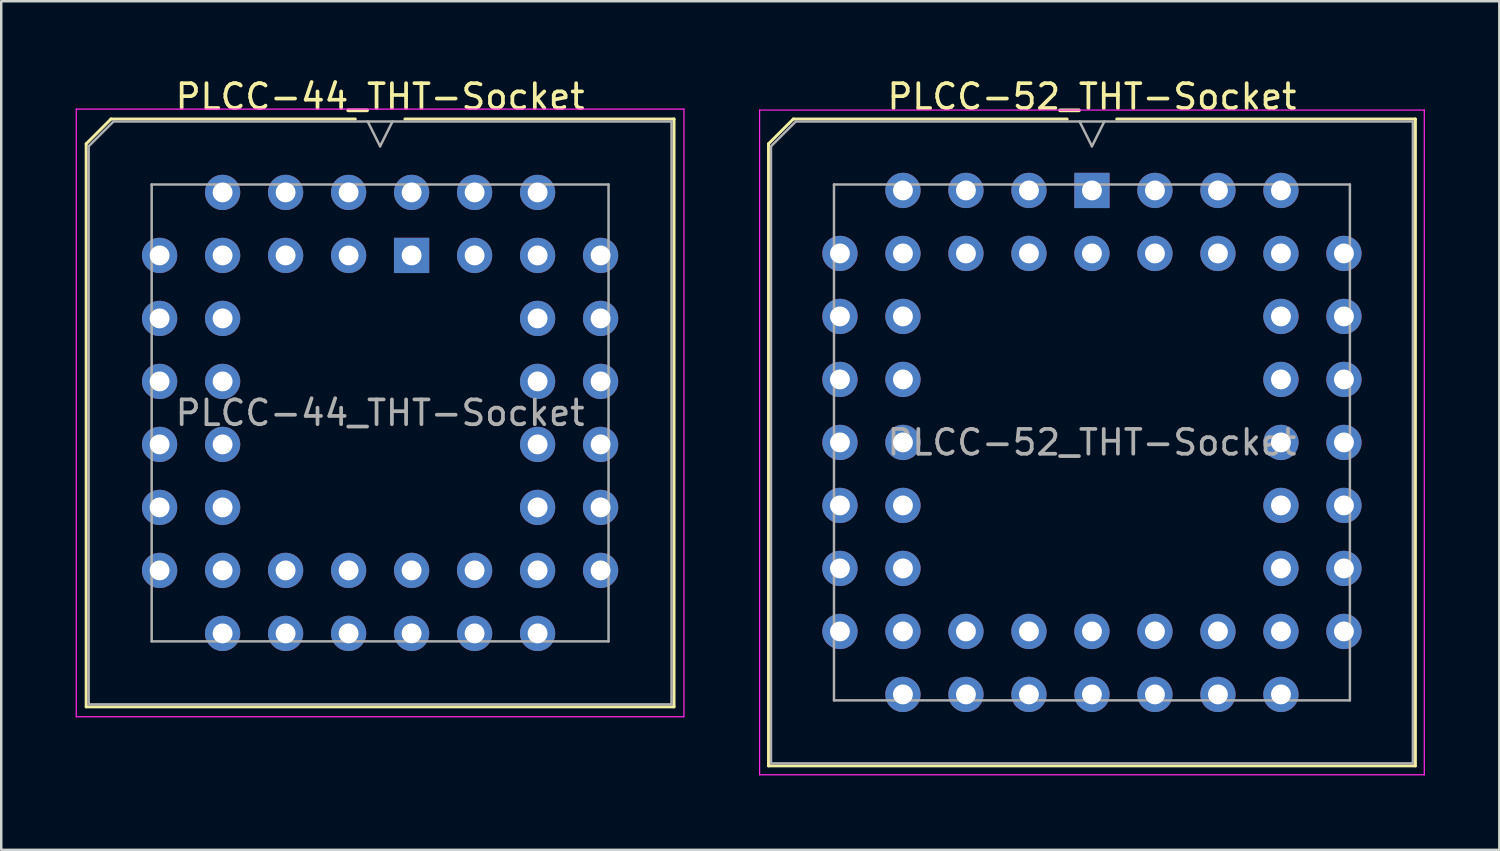
<source format=kicad_pcb>
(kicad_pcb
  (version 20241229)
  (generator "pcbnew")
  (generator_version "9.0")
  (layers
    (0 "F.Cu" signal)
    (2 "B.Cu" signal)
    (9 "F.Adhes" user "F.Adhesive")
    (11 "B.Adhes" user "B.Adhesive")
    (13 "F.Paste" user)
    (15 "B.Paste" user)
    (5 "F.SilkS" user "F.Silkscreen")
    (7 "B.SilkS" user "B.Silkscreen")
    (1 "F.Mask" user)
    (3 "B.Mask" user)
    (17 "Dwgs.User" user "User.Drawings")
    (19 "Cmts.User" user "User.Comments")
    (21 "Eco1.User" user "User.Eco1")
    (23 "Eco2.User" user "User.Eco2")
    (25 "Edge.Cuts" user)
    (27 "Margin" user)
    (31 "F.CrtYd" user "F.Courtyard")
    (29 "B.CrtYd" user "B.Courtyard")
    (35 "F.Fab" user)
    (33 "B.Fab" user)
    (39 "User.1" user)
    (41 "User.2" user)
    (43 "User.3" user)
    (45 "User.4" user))
  (footprint "PLCC-52_THT-Socket"
    (layer "F.Cu")
    (at 40.975 4.628)
    (property "Reference" "PLCC-52_THT-Socket" (at 0 -3.78 0) (layer "F.SilkS") (effects (font (size 1 1) (thickness 0.15))))
    (attr through_hole)
    (fp_line (start -13.04 -1.88) (end -13.04 23.2) (stroke (width 0.12) (type solid)) (layer "F.SilkS"))
    (fp_line (start -13.04 23.2) (end 13.04 23.2) (stroke (width 0.12) (type solid)) (layer "F.SilkS"))
    (fp_line (start -12.04 -2.88) (end -13.04 -1.88) (stroke (width 0.12) (type solid)) (layer "F.SilkS"))
    (fp_line (start -1 -2.88) (end -12.04 -2.88) (stroke (width 0.12) (type solid)) (layer "F.SilkS"))
    (fp_line (start 13.04 -2.88) (end 1 -2.88) (stroke (width 0.12) (type solid)) (layer "F.SilkS"))
    (fp_line (start 13.04 23.2) (end 13.04 -2.88) (stroke (width 0.12) (type solid)) (layer "F.SilkS"))
    (fp_line (start -13.4 -3.24) (end -13.4 23.56) (stroke (width 0.05) (type solid)) (layer "F.CrtYd"))
    (fp_line (start -13.4 23.56) (end 13.4 23.56) (stroke (width 0.05) (type solid)) (layer "F.CrtYd"))
    (fp_line (start 13.4 -3.24) (end -13.4 -3.24) (stroke (width 0.05) (type solid)) (layer "F.CrtYd"))
    (fp_line (start 13.4 23.56) (end 13.4 -3.24) (stroke (width 0.05) (type solid)) (layer "F.CrtYd"))
    (fp_line (start -12.94 -1.78) (end -12.94 23.1) (stroke (width 0.1) (type solid)) (layer "F.Fab"))
    (fp_line (start -12.94 23.1) (end 12.94 23.1) (stroke (width 0.1) (type solid)) (layer "F.Fab"))
    (fp_line (start -11.94 -2.78) (end -12.94 -1.78) (stroke (width 0.1) (type solid)) (layer "F.Fab"))
    (fp_line (start -10.4 -0.24) (end -10.4 20.56) (stroke (width 0.1) (type solid)) (layer "F.Fab"))
    (fp_line (start -10.4 20.56) (end 10.4 20.56) (stroke (width 0.1) (type solid)) (layer "F.Fab"))
    (fp_line (start -0.5 -2.78) (end 0 -1.78) (stroke (width 0.1) (type solid)) (layer "F.Fab"))
    (fp_line (start 0 -1.78) (end 0.5 -2.78) (stroke (width 0.1) (type solid)) (layer "F.Fab"))
    (fp_line (start 10.4 -0.24) (end -10.4 -0.24) (stroke (width 0.1) (type solid)) (layer "F.Fab"))
    (fp_line (start 10.4 20.56) (end 10.4 -0.24) (stroke (width 0.1) (type solid)) (layer "F.Fab"))
    (fp_line (start 12.94 -2.78) (end -11.94 -2.78) (stroke (width 0.1) (type solid)) (layer "F.Fab"))
    (fp_line (start 12.94 23.1) (end 12.94 -2.78) (stroke (width 0.1) (type solid)) (layer "F.Fab"))
    (fp_text user "${REFERENCE}" (at 0 10.16 0) (layer "F.Fab") (effects (font (size 1 1) (thickness 0.15))))
    (pad "1" thru_hole rect (at 0 0) (size 1.422 1.422) (drill 0.8) (layers "*.Cu" "*.Mask"))
    (pad "2" thru_hole circle (at 0 2.54) (size 1.422 1.422) (drill 0.8) (layers "*.Cu" "*.Mask"))
    (pad "3" thru_hole circle (at -2.54 0) (size 1.422 1.422) (drill 0.8) (layers "*.Cu" "*.Mask"))
    (pad "4" thru_hole circle (at -2.54 2.54) (size 1.422 1.422) (drill 0.8) (layers "*.Cu" "*.Mask"))
    (pad "5" thru_hole circle (at -5.08 0) (size 1.422 1.422) (drill 0.8) (layers "*.Cu" "*.Mask"))
    (pad "6" thru_hole circle (at -5.08 2.54) (size 1.422 1.422) (drill 0.8) (layers "*.Cu" "*.Mask"))
    (pad "7" thru_hole circle (at -7.62 0) (size 1.422 1.422) (drill 0.8) (layers "*.Cu" "*.Mask"))
    (pad "8" thru_hole circle (at -10.16 2.54) (size 1.422 1.422) (drill 0.8) (layers "*.Cu" "*.Mask"))
    (pad "9" thru_hole circle (at -7.62 2.54) (size 1.422 1.422) (drill 0.8) (layers "*.Cu" "*.Mask"))
    (pad "10" thru_hole circle (at -10.16 5.08) (size 1.422 1.422) (drill 0.8) (layers "*.Cu" "*.Mask"))
    (pad "11" thru_hole circle (at -7.62 5.08) (size 1.422 1.422) (drill 0.8) (layers "*.Cu" "*.Mask"))
    (pad "12" thru_hole circle (at -10.16 7.62) (size 1.422 1.422) (drill 0.8) (layers "*.Cu" "*.Mask"))
    (pad "13" thru_hole circle (at -7.62 7.62) (size 1.422 1.422) (drill 0.8) (layers "*.Cu" "*.Mask"))
    (pad "14" thru_hole circle (at -10.16 10.16) (size 1.422 1.422) (drill 0.8) (layers "*.Cu" "*.Mask"))
    (pad "15" thru_hole circle (at -7.62 10.16) (size 1.422 1.422) (drill 0.8) (layers "*.Cu" "*.Mask"))
    (pad "16" thru_hole circle (at -10.16 12.7) (size 1.422 1.422) (drill 0.8) (layers "*.Cu" "*.Mask"))
    (pad "17" thru_hole circle (at -7.62 12.7) (size 1.422 1.422) (drill 0.8) (layers "*.Cu" "*.Mask"))
    (pad "18" thru_hole circle (at -10.16 15.24) (size 1.422 1.422) (drill 0.8) (layers "*.Cu" "*.Mask"))
    (pad "19" thru_hole circle (at -7.62 15.24) (size 1.422 1.422) (drill 0.8) (layers "*.Cu" "*.Mask"))
    (pad "20" thru_hole circle (at -10.16 17.78) (size 1.422 1.422) (drill 0.8) (layers "*.Cu" "*.Mask"))
    (pad "21" thru_hole circle (at -7.62 20.32) (size 1.422 1.422) (drill 0.8) (layers "*.Cu" "*.Mask"))
    (pad "22" thru_hole circle (at -7.62 17.78) (size 1.422 1.422) (drill 0.8) (layers "*.Cu" "*.Mask"))
    (pad "23" thru_hole circle (at -5.08 20.32) (size 1.422 1.422) (drill 0.8) (layers "*.Cu" "*.Mask"))
    (pad "24" thru_hole circle (at -5.08 17.78) (size 1.422 1.422) (drill 0.8) (layers "*.Cu" "*.Mask"))
    (pad "25" thru_hole circle (at -2.54 20.32) (size 1.422 1.422) (drill 0.8) (layers "*.Cu" "*.Mask"))
    (pad "26" thru_hole circle (at -2.54 17.78) (size 1.422 1.422) (drill 0.8) (layers "*.Cu" "*.Mask"))
    (pad "27" thru_hole circle (at 0 20.32) (size 1.422 1.422) (drill 0.8) (layers "*.Cu" "*.Mask"))
    (pad "28" thru_hole circle (at 0 17.78) (size 1.422 1.422) (drill 0.8) (layers "*.Cu" "*.Mask"))
    (pad "29" thru_hole circle (at 2.54 20.32) (size 1.422 1.422) (drill 0.8) (layers "*.Cu" "*.Mask"))
    (pad "30" thru_hole circle (at 2.54 17.78) (size 1.422 1.422) (drill 0.8) (layers "*.Cu" "*.Mask"))
    (pad "31" thru_hole circle (at 5.08 20.32) (size 1.422 1.422) (drill 0.8) (layers "*.Cu" "*.Mask"))
    (pad "32" thru_hole circle (at 5.08 17.78) (size 1.422 1.422) (drill 0.8) (layers "*.Cu" "*.Mask"))
    (pad "33" thru_hole circle (at 7.62 20.32) (size 1.422 1.422) (drill 0.8) (layers "*.Cu" "*.Mask"))
    (pad "34" thru_hole circle (at 10.16 17.78) (size 1.422 1.422) (drill 0.8) (layers "*.Cu" "*.Mask"))
    (pad "35" thru_hole circle (at 7.62 17.78) (size 1.422 1.422) (drill 0.8) (layers "*.Cu" "*.Mask"))
    (pad "36" thru_hole circle (at 10.16 15.24) (size 1.422 1.422) (drill 0.8) (layers "*.Cu" "*.Mask"))
    (pad "37" thru_hole circle (at 7.62 15.24) (size 1.422 1.422) (drill 0.8) (layers "*.Cu" "*.Mask"))
    (pad "38" thru_hole circle (at 10.16 12.7) (size 1.422 1.422) (drill 0.8) (layers "*.Cu" "*.Mask"))
    (pad "39" thru_hole circle (at 7.62 12.7) (size 1.422 1.422) (drill 0.8) (layers "*.Cu" "*.Mask"))
    (pad "40" thru_hole circle (at 10.16 10.16) (size 1.422 1.422) (drill 0.8) (layers "*.Cu" "*.Mask"))
    (pad "41" thru_hole circle (at 7.62 10.16) (size 1.422 1.422) (drill 0.8) (layers "*.Cu" "*.Mask"))
    (pad "42" thru_hole circle (at 10.16 7.62) (size 1.422 1.422) (drill 0.8) (layers "*.Cu" "*.Mask"))
    (pad "43" thru_hole circle (at 7.62 7.62) (size 1.422 1.422) (drill 0.8) (layers "*.Cu" "*.Mask"))
    (pad "44" thru_hole circle (at 10.16 5.08) (size 1.422 1.422) (drill 0.8) (layers "*.Cu" "*.Mask"))
    (pad "45" thru_hole circle (at 7.62 5.08) (size 1.422 1.422) (drill 0.8) (layers "*.Cu" "*.Mask"))
    (pad "46" thru_hole circle (at 10.16 2.54) (size 1.422 1.422) (drill 0.8) (layers "*.Cu" "*.Mask"))
    (pad "47" thru_hole circle (at 7.62 0) (size 1.422 1.422) (drill 0.8) (layers "*.Cu" "*.Mask"))
    (pad "48" thru_hole circle (at 7.62 2.54) (size 1.422 1.422) (drill 0.8) (layers "*.Cu" "*.Mask"))
    (pad "49" thru_hole circle (at 5.08 0) (size 1.422 1.422) (drill 0.8) (layers "*.Cu" "*.Mask"))
    (pad "50" thru_hole circle (at 5.08 2.54) (size 1.422 1.422) (drill 0.8) (layers "*.Cu" "*.Mask"))
    (pad "51" thru_hole circle (at 2.54 0) (size 1.422 1.422) (drill 0.8) (layers "*.Cu" "*.Mask"))
    (pad "52" thru_hole circle (at 2.54 2.54) (size 1.422 1.422) (drill 0.8) (layers "*.Cu" "*.Mask")))
  (footprint "PLCC-44_THT-Socket"
    (layer "F.Cu")
    (at 13.545 7.248)
    (property "Reference" "PLCC-44_THT-Socket" (at -1.27 -6.4 0) (layer "F.SilkS") (effects (font (size 1 1) (thickness 0.15))))
    (attr through_hole)
    (fp_line (start -13.12 -4.5) (end -13.12 18.2) (stroke (width 0.12) (type solid)) (layer "F.SilkS"))
    (fp_line (start -13.12 18.2) (end 10.58 18.2) (stroke (width 0.12) (type solid)) (layer "F.SilkS"))
    (fp_line (start -12.12 -5.5) (end -13.12 -4.5) (stroke (width 0.12) (type solid)) (layer "F.SilkS"))
    (fp_line (start -2.27 -5.5) (end -12.12 -5.5) (stroke (width 0.12) (type solid)) (layer "F.SilkS"))
    (fp_line (start 10.58 -5.5) (end -0.27 -5.5) (stroke (width 0.12) (type solid)) (layer "F.SilkS"))
    (fp_line (start 10.58 18.2) (end 10.58 -5.5) (stroke (width 0.12) (type solid)) (layer "F.SilkS"))
    (fp_line (start -13.52 -5.9) (end -13.52 18.6) (stroke (width 0.05) (type solid)) (layer "F.CrtYd"))
    (fp_line (start -13.52 18.6) (end 10.98 18.6) (stroke (width 0.05) (type solid)) (layer "F.CrtYd"))
    (fp_line (start 10.98 -5.9) (end -13.52 -5.9) (stroke (width 0.05) (type solid)) (layer "F.CrtYd"))
    (fp_line (start 10.98 18.6) (end 10.98 -5.9) (stroke (width 0.05) (type solid)) (layer "F.CrtYd"))
    (fp_line (start -13.02 -4.4) (end -13.02 18.1) (stroke (width 0.1) (type solid)) (layer "F.Fab"))
    (fp_line (start -13.02 18.1) (end 10.48 18.1) (stroke (width 0.1) (type solid)) (layer "F.Fab"))
    (fp_line (start -12.02 -5.4) (end -13.02 -4.4) (stroke (width 0.1) (type solid)) (layer "F.Fab"))
    (fp_line (start -10.48 -2.86) (end -10.48 15.56) (stroke (width 0.1) (type solid)) (layer "F.Fab"))
    (fp_line (start -10.48 15.56) (end 7.94 15.56) (stroke (width 0.1) (type solid)) (layer "F.Fab"))
    (fp_line (start -1.77 -5.4) (end -1.27 -4.4) (stroke (width 0.1) (type solid)) (layer "F.Fab"))
    (fp_line (start -1.27 -4.4) (end -0.77 -5.4) (stroke (width 0.1) (type solid)) (layer "F.Fab"))
    (fp_line (start 7.94 -2.86) (end -10.48 -2.86) (stroke (width 0.1) (type solid)) (layer "F.Fab"))
    (fp_line (start 7.94 15.56) (end 7.94 -2.86) (stroke (width 0.1) (type solid)) (layer "F.Fab"))
    (fp_line (start 10.48 -5.4) (end -12.02 -5.4) (stroke (width 0.1) (type solid)) (layer "F.Fab"))
    (fp_line (start 10.48 18.1) (end 10.48 -5.4) (stroke (width 0.1) (type solid)) (layer "F.Fab"))
    (fp_text user "${REFERENCE}" (at -1.27 6.35 0) (layer "F.Fab") (effects (font (size 1 1) (thickness 0.15))))
    (pad "1" thru_hole rect (at 0 0) (size 1.422 1.422) (drill 0.8) (layers "*.Cu" "*.Mask"))
    (pad "2" thru_hole circle (at -2.54 -2.54) (size 1.422 1.422) (drill 0.8) (layers "*.Cu" "*.Mask"))
    (pad "3" thru_hole circle (at -2.54 0) (size 1.422 1.422) (drill 0.8) (layers "*.Cu" "*.Mask"))
    (pad "4" thru_hole circle (at -5.08 -2.54) (size 1.422 1.422) (drill 0.8) (layers "*.Cu" "*.Mask"))
    (pad "5" thru_hole circle (at -5.08 0) (size 1.422 1.422) (drill 0.8) (layers "*.Cu" "*.Mask"))
    (pad "6" thru_hole circle (at -7.62 -2.54) (size 1.422 1.422) (drill 0.8) (layers "*.Cu" "*.Mask"))
    (pad "7" thru_hole circle (at -10.16 0) (size 1.422 1.422) (drill 0.8) (layers "*.Cu" "*.Mask"))
    (pad "8" thru_hole circle (at -7.62 0) (size 1.422 1.422) (drill 0.8) (layers "*.Cu" "*.Mask"))
    (pad "9" thru_hole circle (at -10.16 2.54) (size 1.422 1.422) (drill 0.8) (layers "*.Cu" "*.Mask"))
    (pad "10" thru_hole circle (at -7.62 2.54) (size 1.422 1.422) (drill 0.8) (layers "*.Cu" "*.Mask"))
    (pad "11" thru_hole circle (at -10.16 5.08) (size 1.422 1.422) (drill 0.8) (layers "*.Cu" "*.Mask"))
    (pad "12" thru_hole circle (at -7.62 5.08) (size 1.422 1.422) (drill 0.8) (layers "*.Cu" "*.Mask"))
    (pad "13" thru_hole circle (at -10.16 7.62) (size 1.422 1.422) (drill 0.8) (layers "*.Cu" "*.Mask"))
    (pad "14" thru_hole circle (at -7.62 7.62) (size 1.422 1.422) (drill 0.8) (layers "*.Cu" "*.Mask"))
    (pad "15" thru_hole circle (at -10.16 10.16) (size 1.422 1.422) (drill 0.8) (layers "*.Cu" "*.Mask"))
    (pad "16" thru_hole circle (at -7.62 10.16) (size 1.422 1.422) (drill 0.8) (layers "*.Cu" "*.Mask"))
    (pad "17" thru_hole circle (at -10.16 12.7) (size 1.422 1.422) (drill 0.8) (layers "*.Cu" "*.Mask"))
    (pad "18" thru_hole circle (at -7.62 15.24) (size 1.422 1.422) (drill 0.8) (layers "*.Cu" "*.Mask"))
    (pad "19" thru_hole circle (at -7.62 12.7) (size 1.422 1.422) (drill 0.8) (layers "*.Cu" "*.Mask"))
    (pad "20" thru_hole circle (at -5.08 15.24) (size 1.422 1.422) (drill 0.8) (layers "*.Cu" "*.Mask"))
    (pad "21" thru_hole circle (at -5.08 12.7) (size 1.422 1.422) (drill 0.8) (layers "*.Cu" "*.Mask"))
    (pad "22" thru_hole circle (at -2.54 15.24) (size 1.422 1.422) (drill 0.8) (layers "*.Cu" "*.Mask"))
    (pad "23" thru_hole circle (at -2.54 12.7) (size 1.422 1.422) (drill 0.8) (layers "*.Cu" "*.Mask"))
    (pad "24" thru_hole circle (at 0 15.24) (size 1.422 1.422) (drill 0.8) (layers "*.Cu" "*.Mask"))
    (pad "25" thru_hole circle (at 0 12.7) (size 1.422 1.422) (drill 0.8) (layers "*.Cu" "*.Mask"))
    (pad "26" thru_hole circle (at 2.54 15.24) (size 1.422 1.422) (drill 0.8) (layers "*.Cu" "*.Mask"))
    (pad "27" thru_hole circle (at 2.54 12.7) (size 1.422 1.422) (drill 0.8) (layers "*.Cu" "*.Mask"))
    (pad "28" thru_hole circle (at 5.08 15.24) (size 1.422 1.422) (drill 0.8) (layers "*.Cu" "*.Mask"))
    (pad "29" thru_hole circle (at 7.62 12.7) (size 1.422 1.422) (drill 0.8) (layers "*.Cu" "*.Mask"))
    (pad "30" thru_hole circle (at 5.08 12.7) (size 1.422 1.422) (drill 0.8) (layers "*.Cu" "*.Mask"))
    (pad "31" thru_hole circle (at 7.62 10.16) (size 1.422 1.422) (drill 0.8) (layers "*.Cu" "*.Mask"))
    (pad "32" thru_hole circle (at 5.08 10.16) (size 1.422 1.422) (drill 0.8) (layers "*.Cu" "*.Mask"))
    (pad "33" thru_hole circle (at 7.62 7.62) (size 1.422 1.422) (drill 0.8) (layers "*.Cu" "*.Mask"))
    (pad "34" thru_hole circle (at 5.08 7.62) (size 1.422 1.422) (drill 0.8) (layers "*.Cu" "*.Mask"))
    (pad "35" thru_hole circle (at 7.62 5.08) (size 1.422 1.422) (drill 0.8) (layers "*.Cu" "*.Mask"))
    (pad "36" thru_hole circle (at 5.08 5.08) (size 1.422 1.422) (drill 0.8) (layers "*.Cu" "*.Mask"))
    (pad "37" thru_hole circle (at 7.62 2.54) (size 1.422 1.422) (drill 0.8) (layers "*.Cu" "*.Mask"))
    (pad "38" thru_hole circle (at 5.08 2.54) (size 1.422 1.422) (drill 0.8) (layers "*.Cu" "*.Mask"))
    (pad "39" thru_hole circle (at 7.62 0) (size 1.422 1.422) (drill 0.8) (layers "*.Cu" "*.Mask"))
    (pad "40" thru_hole circle (at 5.08 -2.54) (size 1.422 1.422) (drill 0.8) (layers "*.Cu" "*.Mask"))
    (pad "41" thru_hole circle (at 5.08 0) (size 1.422 1.422) (drill 0.8) (layers "*.Cu" "*.Mask"))
    (pad "42" thru_hole circle (at 2.54 -2.54) (size 1.422 1.422) (drill 0.8) (layers "*.Cu" "*.Mask"))
    (pad "43" thru_hole circle (at 2.54 0) (size 1.422 1.422) (drill 0.8) (layers "*.Cu" "*.Mask"))
    (pad "44" thru_hole circle (at 0 -2.54) (size 1.422 1.422) (drill 0.8) (layers "*.Cu" "*.Mask")))
  (gr_rect
    (start -3 -3)
    (end 57.4 31.213)
    (stroke (width 0.1) (type default))
    (fill no)
    (layer "Edge.Cuts")))
</source>
